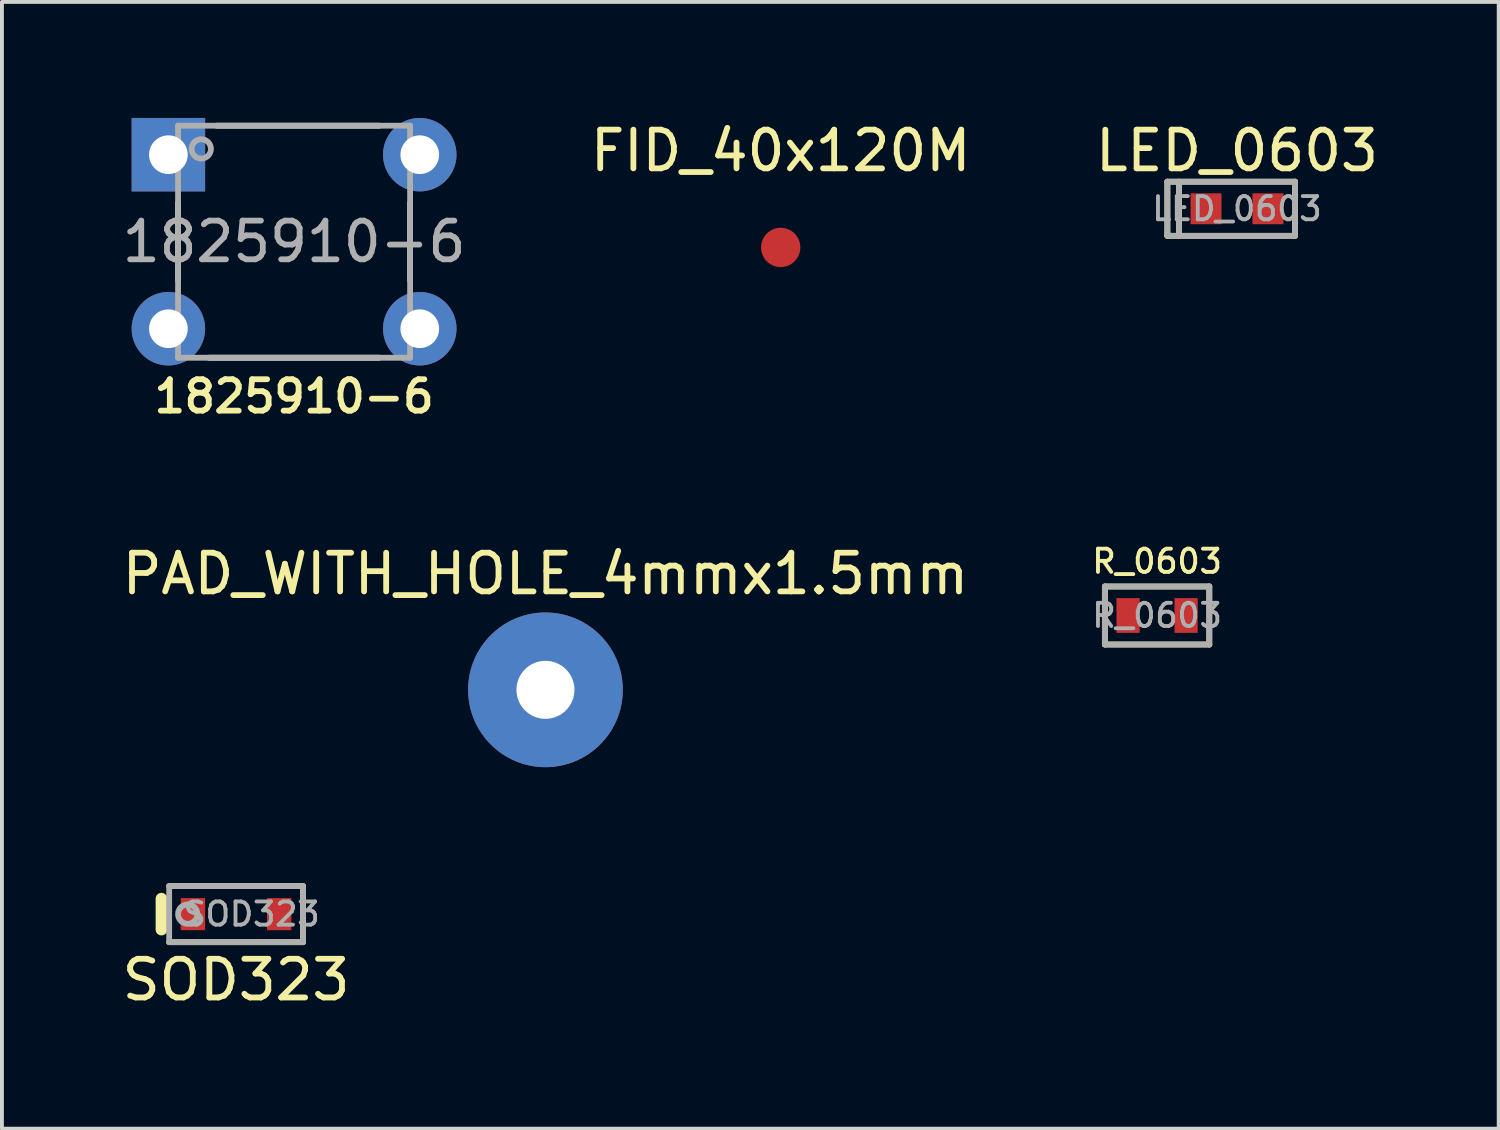
<source format=kicad_pcb>
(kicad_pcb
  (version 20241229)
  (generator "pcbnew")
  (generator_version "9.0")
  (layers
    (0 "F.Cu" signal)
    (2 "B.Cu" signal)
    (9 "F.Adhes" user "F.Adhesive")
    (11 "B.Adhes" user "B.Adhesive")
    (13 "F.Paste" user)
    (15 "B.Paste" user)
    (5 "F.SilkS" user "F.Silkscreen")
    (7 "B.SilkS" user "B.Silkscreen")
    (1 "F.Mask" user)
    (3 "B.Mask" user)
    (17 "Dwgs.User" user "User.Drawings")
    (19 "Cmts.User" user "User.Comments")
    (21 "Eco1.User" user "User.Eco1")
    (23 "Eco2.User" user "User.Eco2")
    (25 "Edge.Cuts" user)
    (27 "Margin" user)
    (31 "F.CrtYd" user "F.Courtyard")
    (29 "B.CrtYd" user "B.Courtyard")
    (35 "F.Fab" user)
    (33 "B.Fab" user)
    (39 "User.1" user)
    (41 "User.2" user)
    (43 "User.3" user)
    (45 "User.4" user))
  (footprint "R_0603"
    (layer "F.Cu")
    (at 26.869 12.865)
    (property "Reference" "R_0603" (at 0 -1.4 0) (layer "F.SilkS") (effects (font (size 0.6 0.6) (thickness 0.1))))
    (attr through_hole)
    (fp_line (start -1.35 -0.75) (end -1.35 0.75) (stroke (width 0.15) (type solid)) (layer "F.SilkS"))
    (fp_line (start -1.35 -0.75) (end 1.35 -0.75) (stroke (width 0.15) (type solid)) (layer "F.SilkS"))
    (fp_line (start -1.35 0.75) (end 1.35 0.75) (stroke (width 0.15) (type solid)) (layer "F.SilkS"))
    (fp_line (start 1.35 -0.75) (end 1.35 0.75) (stroke (width 0.15) (type solid)) (layer "F.SilkS"))
    (fp_line (start -1.35 -0.75) (end 1.35 -0.75) (stroke (width 0.15) (type solid)) (layer "F.Fab"))
    (fp_line (start -1.35 0.75) (end -1.35 -0.75) (stroke (width 0.15) (type solid)) (layer "F.Fab"))
    (fp_line (start 1.35 -0.75) (end 1.35 0.75) (stroke (width 0.15) (type solid)) (layer "F.Fab"))
    (fp_line (start 1.35 0.75) (end -1.35 0.75) (stroke (width 0.15) (type solid)) (layer "F.Fab"))
    (fp_text user "${REFERENCE}" (at 0 0 0) (layer "F.Fab") (effects (font (size 0.6 0.6) (thickness 0.1))))
    (pad "1" smd rect (at -0.75 0) (size 0.6 0.9) (layers "F.Cu" "F.Mask" "F.Paste"))
    (pad "2" smd rect (at 0.75 0) (size 0.6 0.9) (layers "F.Cu" "F.Mask" "F.Paste")))
  (footprint "LED_0603"
    (layer "F.Cu")
    (at 28.935 2.348)
    (property "Reference" "LED_0603" (at 0 -1.5 0) (layer "F.SilkS") (effects (font (size 1 1) (thickness 0.15))))
    (attr through_hole)
    (fp_line (start -1.8 -0.7) (end -1.8 0.7) (stroke (width 0.15) (type solid)) (layer "F.SilkS"))
    (fp_line (start -1.8 -0.7) (end 1.5 -0.7) (stroke (width 0.15) (type solid)) (layer "F.SilkS"))
    (fp_line (start -1.5 0.7) (end -1.5 -0.7) (stroke (width 0.15) (type solid)) (layer "F.SilkS"))
    (fp_line (start 1.5 -0.7) (end 1.5 0.7) (stroke (width 0.15) (type solid)) (layer "F.SilkS"))
    (fp_line (start 1.5 0.7) (end -1.8 0.7) (stroke (width 0.15) (type solid)) (layer "F.SilkS"))
    (fp_line (start -1.8 -0.7) (end -1.8 0.6) (stroke (width 0.15) (type solid)) (layer "F.Fab"))
    (fp_line (start -1.8 -0.7) (end 1.5 -0.7) (stroke (width 0.15) (type solid)) (layer "F.Fab"))
    (fp_line (start -1.8 0.6) (end -1.8 0.7) (stroke (width 0.15) (type solid)) (layer "F.Fab"))
    (fp_line (start -1.5 0.7) (end -1.5 -0.7) (stroke (width 0.15) (type solid)) (layer "F.Fab"))
    (fp_line (start 1.5 -0.7) (end 1.5 0.7) (stroke (width 0.15) (type solid)) (layer "F.Fab"))
    (fp_line (start 1.5 0.7) (end -1.8 0.7) (stroke (width 0.15) (type solid)) (layer "F.Fab"))
    (fp_text user "${REFERENCE}" (at 0 0 0) (layer "F.Fab") (effects (font (size 0.6 0.6) (thickness 0.1))))
    (pad "1" smd rect (at -0.8 0) (size 0.8 0.8) (layers "F.Cu" "F.Mask" "F.Paste"))
    (pad "2" smd rect (at 0.8 0) (size 0.8 0.8) (layers "F.Cu" "F.Mask" "F.Paste")))
  (footprint "1825910-6"
    (layer "F.Cu")
    (at 4.554 3.2)
    (property "Reference" "1825910-6" (at 0 4 0) (layer "F.SilkS") (effects (font (size 0.813 0.813) (thickness 0.15))))
    (attr through_hole)
    (fp_line (start -3 -1) (end -3 1) (stroke (width 0.15) (type solid)) (layer "F.SilkS"))
    (fp_line (start -2.2 3) (end 2.2 3) (stroke (width 0.15) (type solid)) (layer "F.SilkS"))
    (fp_line (start -2 -3) (end 2.2 -3) (stroke (width 0.15) (type solid)) (layer "F.SilkS"))
    (fp_line (start 3 1) (end 3 -1) (stroke (width 0.15) (type solid)) (layer "F.SilkS"))
    (fp_line (start -3 -3) (end 3 -3) (stroke (width 0.15) (type solid)) (layer "F.Fab"))
    (fp_line (start -3 3) (end -3 -3) (stroke (width 0.15) (type solid)) (layer "F.Fab"))
    (fp_line (start 3 -3) (end 3 3) (stroke (width 0.15) (type solid)) (layer "F.Fab"))
    (fp_line (start 3 3) (end -3 3) (stroke (width 0.15) (type solid)) (layer "F.Fab"))
    (fp_circle (center -2.4 -2.4) (end -2.15 -2.4) (stroke (width 0.15) (type solid)) (fill no) (layer "F.Fab"))
    (fp_text user "${REFERENCE}" (at 0 0 0) (layer "F.Fab") (effects (font (size 1 1) (thickness 0.15))))
    (pad "1" thru_hole rect (at -3.25 -2.25) (size 1.9 1.9) (drill 1) (layers "*.Cu" "*.Mask"))
    (pad "2" thru_hole circle (at 3.25 -2.25) (size 1.9 1.9) (drill 1) (layers "*.Cu" "*.Mask"))
    (pad "3" thru_hole circle (at -3.25 2.25) (size 1.9 1.9) (drill 1) (layers "*.Cu" "*.Mask"))
    (pad "4" thru_hole circle (at 3.25 2.25) (size 1.9 1.9) (drill 1) (layers "*.Cu" "*.Mask")))
  (footprint "FID_40x120M"
    (layer "F.Cu")
    (at 17.137 3.348)
    (property "Reference" "FID_40x120M" (at 0 -2.5 0) (layer "F.SilkS") (effects (font (size 1 1) (thickness 0.15))))
    (attr through_hole)
    (pad "1" smd circle (at 0 0) (size 1.016 1.016) (layers "F.Cu" "F.Mask" "F.Paste")))
  (footprint "SOD323"
    (layer "F.Cu")
    (at 3.054 20.587)
    (property "Reference" "SOD323" (at 0 1.7 0) (layer "F.SilkS") (effects (font (size 1 1) (thickness 0.15))))
    (attr through_hole)
    (fp_line (start -1.93 -0.4) (end -1.93 0.4) (stroke (width 0.3) (type solid)) (layer "F.SilkS"))
    (fp_line (start -1.73 -0.725) (end 1.73 -0.725) (stroke (width 0.15) (type solid)) (layer "F.SilkS"))
    (fp_line (start -1.73 0.725) (end 1.73 0.725) (stroke (width 0.15) (type solid)) (layer "F.SilkS"))
    (fp_line (start 1.73 -0.725) (end 1.73 0.725) (stroke (width 0.15) (type solid)) (layer "F.SilkS"))
    (fp_line (start -1.73 -0.725) (end -1.73 0.725) (stroke (width 0.15) (type solid)) (layer "F.Fab"))
    (fp_line (start -1.73 -0.725) (end 1.73 -0.725) (stroke (width 0.15) (type solid)) (layer "F.Fab"))
    (fp_line (start 1.73 -0.725) (end 1.73 0.725) (stroke (width 0.15) (type solid)) (layer "F.Fab"))
    (fp_line (start 1.73 0.725) (end -1.73 0.725) (stroke (width 0.15) (type solid)) (layer "F.Fab"))
    (fp_circle (center -1.25 0) (end -1 0) (stroke (width 0.15) (type solid)) (fill no) (layer "F.Fab"))
    (fp_text user "${REFERENCE}" (at 0.4 0 0) (layer "F.Fab") (effects (font (size 0.6 0.6) (thickness 0.1))))
    (pad "1" smd rect (at -1.115 0) (size 0.63 0.83) (layers "F.Cu" "F.Mask" "F.Paste"))
    (pad "2" smd rect (at 1.115 0) (size 0.63 0.83) (layers "F.Cu" "F.Mask" "F.Paste")))
  (footprint "PAD_WITH_HOLE_4mmx1.5mm"
    (layer "F.Cu")
    (at 11.054 14.787)
    (property "Reference" "PAD_WITH_HOLE_4mmx1.5mm" (at 0 -3 0) (layer "F.SilkS") (effects (font (size 1 1) (thickness 0.15))))
    (attr through_hole)
    (pad "1" thru_hole circle (at 0 0) (size 4 4) (drill 1.5) (layers "*.Cu" "*.Mask")))
  (gr_rect
    (start -3 -3)
    (end 35.702 26.135)
    (stroke (width 0.1) (type default))
    (fill no)
    (layer "Edge.Cuts")))
</source>
